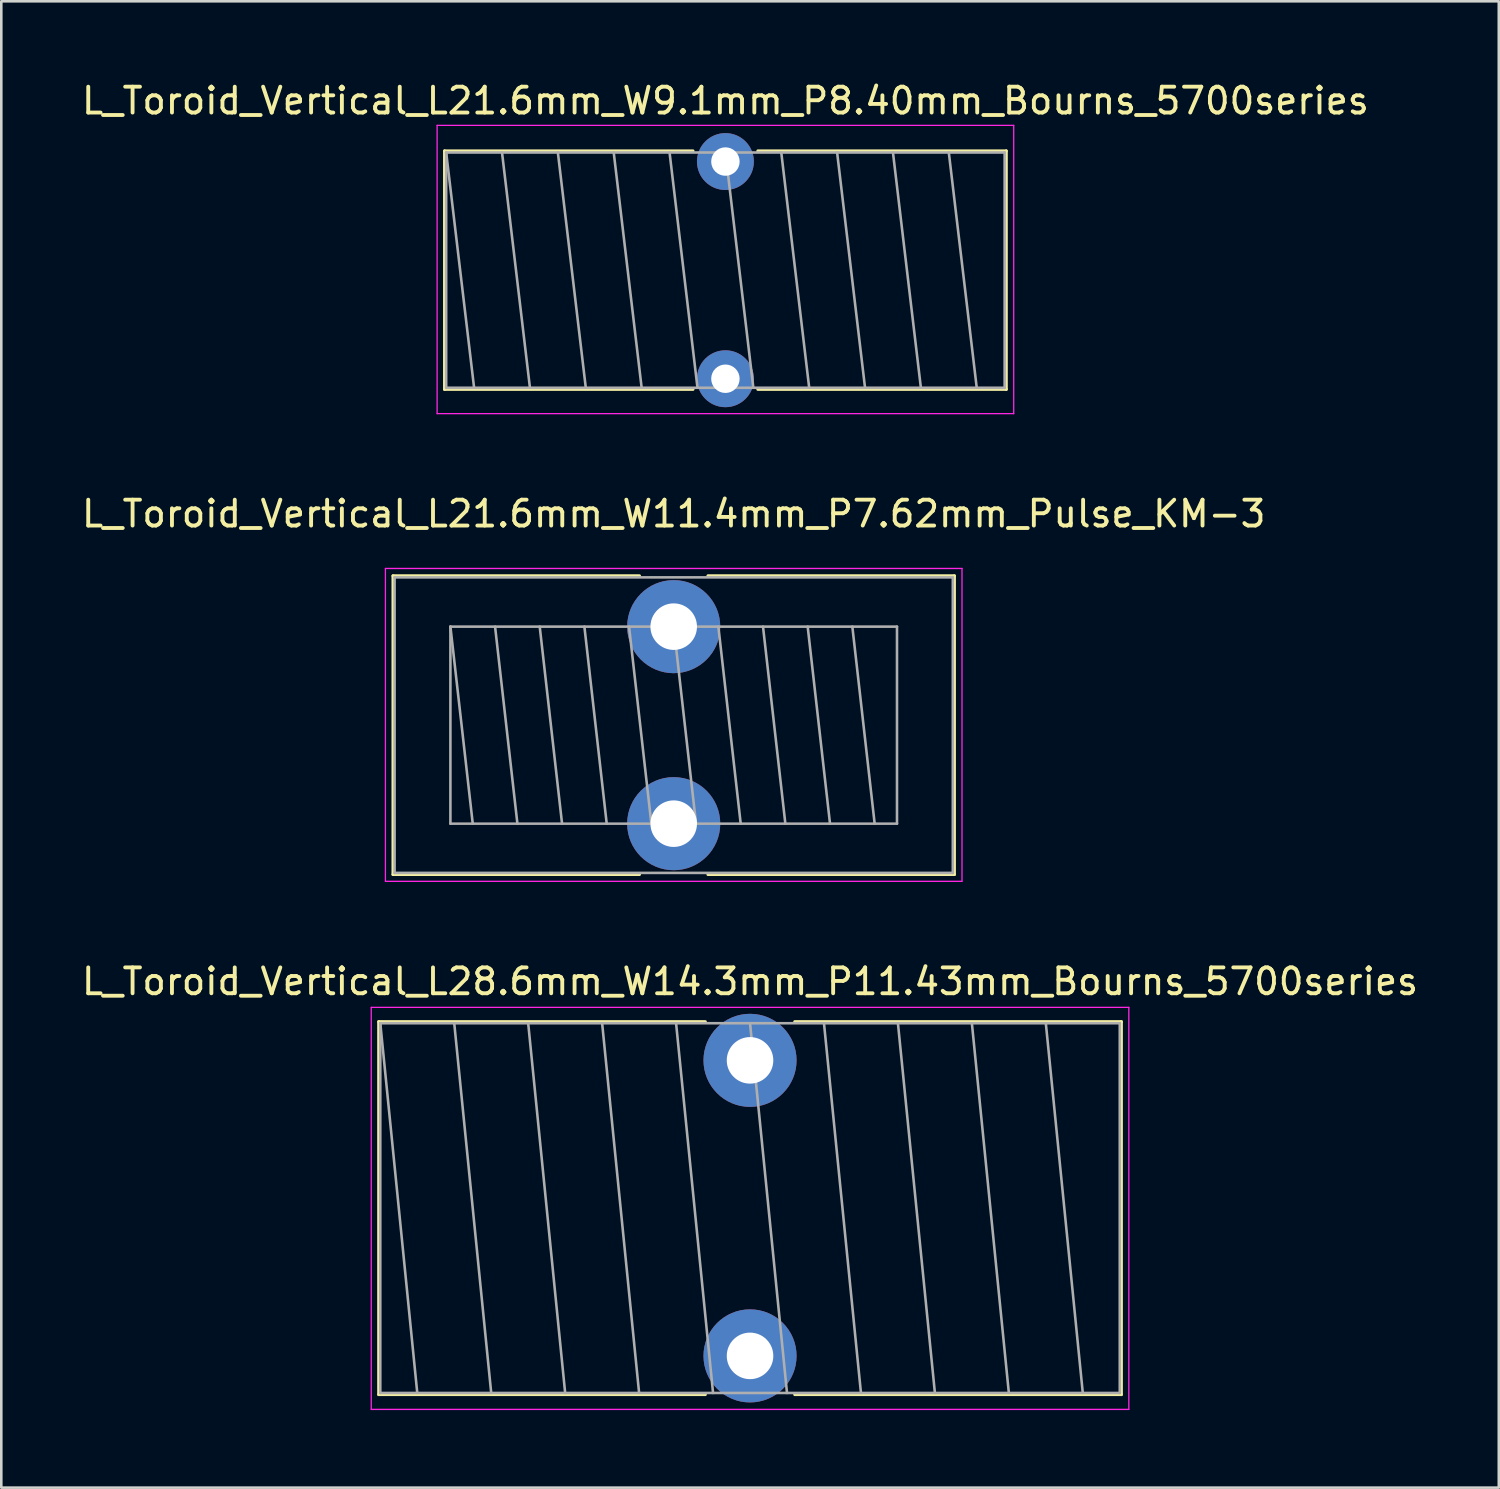
<source format=kicad_pcb>
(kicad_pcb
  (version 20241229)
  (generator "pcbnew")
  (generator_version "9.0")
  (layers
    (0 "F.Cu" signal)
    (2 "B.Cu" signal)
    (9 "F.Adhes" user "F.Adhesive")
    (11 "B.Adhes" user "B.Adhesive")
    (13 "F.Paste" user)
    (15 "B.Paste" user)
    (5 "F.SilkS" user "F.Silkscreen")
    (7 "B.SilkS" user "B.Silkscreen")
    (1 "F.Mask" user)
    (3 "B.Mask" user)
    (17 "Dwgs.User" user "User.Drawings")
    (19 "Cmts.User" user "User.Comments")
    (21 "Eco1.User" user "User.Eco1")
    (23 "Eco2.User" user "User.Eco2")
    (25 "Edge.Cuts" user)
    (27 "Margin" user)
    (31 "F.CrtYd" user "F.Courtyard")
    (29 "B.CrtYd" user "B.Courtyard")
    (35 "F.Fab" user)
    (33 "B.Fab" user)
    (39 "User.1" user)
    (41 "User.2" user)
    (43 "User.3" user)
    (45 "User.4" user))
  (footprint "L_Toroid_Vertical_L21.6mm_W11.4mm_P7.62mm_Pulse_KM-3"
    (layer "F.Cu")
    (at 23.006 21.186)
    (property "Reference" "L_Toroid_Vertical_L21.6mm_W11.4mm_P7.62mm_Pulse_KM-3" (at 0 -4.365 0) (layer "F.SilkS") (effects (font (size 1 1) (thickness 0.15))))
    (attr through_hole)
    (fp_line (start -10.855 -1.965) (end -10.855 9.585) (stroke (width 0.12) (type solid)) (layer "F.SilkS"))
    (fp_line (start -10.855 -1.965) (end -1.325 -1.965) (stroke (width 0.12) (type solid)) (layer "F.SilkS"))
    (fp_line (start -10.855 9.585) (end -1.325 9.585) (stroke (width 0.12) (type solid)) (layer "F.SilkS"))
    (fp_line (start 1.325 -1.965) (end 10.855 -1.965) (stroke (width 0.12) (type solid)) (layer "F.SilkS"))
    (fp_line (start 1.325 9.585) (end 10.855 9.585) (stroke (width 0.12) (type solid)) (layer "F.SilkS"))
    (fp_line (start 10.855 -1.965) (end 10.855 9.585) (stroke (width 0.12) (type solid)) (layer "F.SilkS"))
    (fp_line (start -11.15 -2.25) (end -11.15 9.85) (stroke (width 0.05) (type solid)) (layer "F.CrtYd"))
    (fp_line (start -11.15 9.85) (end 11.15 9.85) (stroke (width 0.05) (type solid)) (layer "F.CrtYd"))
    (fp_line (start 11.15 -2.25) (end -11.15 -2.25) (stroke (width 0.05) (type solid)) (layer "F.CrtYd"))
    (fp_line (start 11.15 9.85) (end 11.15 -2.25) (stroke (width 0.05) (type solid)) (layer "F.CrtYd"))
    (fp_line (start -10.795 -1.905) (end -10.795 9.525) (stroke (width 0.1) (type solid)) (layer "F.Fab"))
    (fp_line (start -10.795 9.525) (end 10.795 9.525) (stroke (width 0.1) (type solid)) (layer "F.Fab"))
    (fp_line (start -8.636 0) (end -8.636 7.62) (stroke (width 0.1) (type solid)) (layer "F.Fab"))
    (fp_line (start -8.636 0) (end -7.772 7.62) (stroke (width 0.1) (type solid)) (layer "F.Fab"))
    (fp_line (start -8.636 7.62) (end 8.636 7.62) (stroke (width 0.1) (type solid)) (layer "F.Fab"))
    (fp_line (start -6.909 0) (end -6.045 7.62) (stroke (width 0.1) (type solid)) (layer "F.Fab"))
    (fp_line (start -5.182 0) (end -4.318 7.62) (stroke (width 0.1) (type solid)) (layer "F.Fab"))
    (fp_line (start -3.454 0) (end -2.591 7.62) (stroke (width 0.1) (type solid)) (layer "F.Fab"))
    (fp_line (start -1.727 0) (end -0.864 7.62) (stroke (width 0.1) (type solid)) (layer "F.Fab"))
    (fp_line (start 0 0) (end 0.864 7.62) (stroke (width 0.1) (type solid)) (layer "F.Fab"))
    (fp_line (start 1.727 0) (end 2.591 7.62) (stroke (width 0.1) (type solid)) (layer "F.Fab"))
    (fp_line (start 3.454 0) (end 4.318 7.62) (stroke (width 0.1) (type solid)) (layer "F.Fab"))
    (fp_line (start 5.182 0) (end 6.045 7.62) (stroke (width 0.1) (type solid)) (layer "F.Fab"))
    (fp_line (start 6.909 0) (end 7.772 7.62) (stroke (width 0.1) (type solid)) (layer "F.Fab"))
    (fp_line (start 8.636 0) (end -8.636 0) (stroke (width 0.1) (type solid)) (layer "F.Fab"))
    (fp_line (start 8.636 7.62) (end 8.636 0) (stroke (width 0.1) (type solid)) (layer "F.Fab"))
    (fp_line (start 10.795 -1.905) (end -10.795 -1.905) (stroke (width 0.1) (type solid)) (layer "F.Fab"))
    (fp_line (start 10.795 9.525) (end 10.795 -1.905) (stroke (width 0.1) (type solid)) (layer "F.Fab"))
    (pad "1" thru_hole circle (at 0 0) (size 3.6 3.6) (drill 1.8) (layers "*.Cu" "*.Mask"))
    (pad "2" thru_hole circle (at 0 7.62) (size 3.6 3.6) (drill 1.8) (layers "*.Cu" "*.Mask")))
  (footprint "L_Toroid_Vertical_L21.6mm_W9.1mm_P8.40mm_Bourns_5700series"
    (layer "F.Cu")
    (at 25.006 3.198)
    (property "Reference" "L_Toroid_Vertical_L21.6mm_W9.1mm_P8.40mm_Bourns_5700series" (at 0 -2.35 0) (layer "F.SilkS") (effects (font (size 1 1) (thickness 0.15))))
    (attr through_hole)
    (fp_line (start -10.861 -0.41) (end -10.861 8.81) (stroke (width 0.12) (type solid)) (layer "F.SilkS"))
    (fp_line (start -10.861 -0.41) (end -1.255 -0.41) (stroke (width 0.12) (type solid)) (layer "F.SilkS"))
    (fp_line (start -10.861 8.81) (end -1.255 8.81) (stroke (width 0.12) (type solid)) (layer "F.SilkS"))
    (fp_line (start 1.255 -0.41) (end 10.861 -0.41) (stroke (width 0.12) (type solid)) (layer "F.SilkS"))
    (fp_line (start 1.255 8.81) (end 10.861 8.81) (stroke (width 0.12) (type solid)) (layer "F.SilkS"))
    (fp_line (start 10.861 -0.41) (end 10.861 8.81) (stroke (width 0.12) (type solid)) (layer "F.SilkS"))
    (fp_line (start -11.15 -1.4) (end -11.15 9.75) (stroke (width 0.05) (type solid)) (layer "F.CrtYd"))
    (fp_line (start -11.15 9.75) (end 11.15 9.75) (stroke (width 0.05) (type solid)) (layer "F.CrtYd"))
    (fp_line (start 11.15 -1.4) (end -11.15 -1.4) (stroke (width 0.05) (type solid)) (layer "F.CrtYd"))
    (fp_line (start 11.15 9.75) (end 11.15 -1.4) (stroke (width 0.05) (type solid)) (layer "F.CrtYd"))
    (fp_line (start -10.8 -0.35) (end -10.8 8.75) (stroke (width 0.1) (type solid)) (layer "F.Fab"))
    (fp_line (start -10.8 -0.35) (end -9.72 8.75) (stroke (width 0.1) (type solid)) (layer "F.Fab"))
    (fp_line (start -10.8 8.75) (end 10.8 8.75) (stroke (width 0.1) (type solid)) (layer "F.Fab"))
    (fp_line (start -8.64 -0.35) (end -7.56 8.75) (stroke (width 0.1) (type solid)) (layer "F.Fab"))
    (fp_line (start -6.48 -0.35) (end -5.4 8.75) (stroke (width 0.1) (type solid)) (layer "F.Fab"))
    (fp_line (start -4.32 -0.35) (end -3.24 8.75) (stroke (width 0.1) (type solid)) (layer "F.Fab"))
    (fp_line (start -2.16 -0.35) (end -1.08 8.75) (stroke (width 0.1) (type solid)) (layer "F.Fab"))
    (fp_line (start 0 -0.35) (end 1.08 8.75) (stroke (width 0.1) (type solid)) (layer "F.Fab"))
    (fp_line (start 2.16 -0.35) (end 3.24 8.75) (stroke (width 0.1) (type solid)) (layer "F.Fab"))
    (fp_line (start 4.32 -0.35) (end 5.4 8.75) (stroke (width 0.1) (type solid)) (layer "F.Fab"))
    (fp_line (start 6.48 -0.35) (end 7.56 8.75) (stroke (width 0.1) (type solid)) (layer "F.Fab"))
    (fp_line (start 8.64 -0.35) (end 9.72 8.75) (stroke (width 0.1) (type solid)) (layer "F.Fab"))
    (fp_line (start 10.8 -0.35) (end -10.8 -0.35) (stroke (width 0.1) (type solid)) (layer "F.Fab"))
    (fp_line (start 10.8 8.75) (end 10.8 -0.35) (stroke (width 0.1) (type solid)) (layer "F.Fab"))
    (pad "1" thru_hole circle (at 0 0) (size 2.2 2.2) (drill 1.1) (layers "*.Cu" "*.Mask"))
    (pad "2" thru_hole circle (at 0 8.4) (size 2.2 2.2) (drill 1.1) (layers "*.Cu" "*.Mask")))
  (footprint "L_Toroid_Vertical_L28.6mm_W14.3mm_P11.43mm_Bourns_5700series"
    (layer "F.Cu")
    (at 25.958 37.96)
    (property "Reference" "L_Toroid_Vertical_L28.6mm_W14.3mm_P11.43mm_Bourns_5700series" (at 0 -3.05 0) (layer "F.SilkS") (effects (font (size 1 1) (thickness 0.15))))
    (attr through_hole)
    (fp_line (start -14.36 -1.495) (end -14.36 12.925) (stroke (width 0.12) (type solid)) (layer "F.SilkS"))
    (fp_line (start -14.36 -1.495) (end -1.73 -1.495) (stroke (width 0.12) (type solid)) (layer "F.SilkS"))
    (fp_line (start -14.36 12.925) (end -1.73 12.925) (stroke (width 0.12) (type solid)) (layer "F.SilkS"))
    (fp_line (start 1.73 -1.495) (end 14.36 -1.495) (stroke (width 0.12) (type solid)) (layer "F.SilkS"))
    (fp_line (start 1.73 12.925) (end 14.36 12.925) (stroke (width 0.12) (type solid)) (layer "F.SilkS"))
    (fp_line (start 14.36 -1.495) (end 14.36 12.925) (stroke (width 0.12) (type solid)) (layer "F.SilkS"))
    (fp_line (start -14.65 -2.05) (end -14.65 13.5) (stroke (width 0.05) (type solid)) (layer "F.CrtYd"))
    (fp_line (start -14.65 13.5) (end 14.65 13.5) (stroke (width 0.05) (type solid)) (layer "F.CrtYd"))
    (fp_line (start 14.65 -2.05) (end -14.65 -2.05) (stroke (width 0.05) (type solid)) (layer "F.CrtYd"))
    (fp_line (start 14.65 13.5) (end 14.65 -2.05) (stroke (width 0.05) (type solid)) (layer "F.CrtYd"))
    (fp_line (start -14.3 -1.435) (end -14.3 12.865) (stroke (width 0.1) (type solid)) (layer "F.Fab"))
    (fp_line (start -14.3 -1.435) (end -12.87 12.865) (stroke (width 0.1) (type solid)) (layer "F.Fab"))
    (fp_line (start -14.3 12.865) (end 14.3 12.865) (stroke (width 0.1) (type solid)) (layer "F.Fab"))
    (fp_line (start -11.44 -1.435) (end -10.01 12.865) (stroke (width 0.1) (type solid)) (layer "F.Fab"))
    (fp_line (start -8.58 -1.435) (end -7.15 12.865) (stroke (width 0.1) (type solid)) (layer "F.Fab"))
    (fp_line (start -5.72 -1.435) (end -4.29 12.865) (stroke (width 0.1) (type solid)) (layer "F.Fab"))
    (fp_line (start -2.86 -1.435) (end -1.43 12.865) (stroke (width 0.1) (type solid)) (layer "F.Fab"))
    (fp_line (start 0 -1.435) (end 1.43 12.865) (stroke (width 0.1) (type solid)) (layer "F.Fab"))
    (fp_line (start 2.86 -1.435) (end 4.29 12.865) (stroke (width 0.1) (type solid)) (layer "F.Fab"))
    (fp_line (start 5.72 -1.435) (end 7.15 12.865) (stroke (width 0.1) (type solid)) (layer "F.Fab"))
    (fp_line (start 8.58 -1.435) (end 10.01 12.865) (stroke (width 0.1) (type solid)) (layer "F.Fab"))
    (fp_line (start 11.44 -1.435) (end 12.87 12.865) (stroke (width 0.1) (type solid)) (layer "F.Fab"))
    (fp_line (start 14.3 -1.435) (end -14.3 -1.435) (stroke (width 0.1) (type solid)) (layer "F.Fab"))
    (fp_line (start 14.3 12.865) (end 14.3 -1.435) (stroke (width 0.1) (type solid)) (layer "F.Fab"))
    (pad "1" thru_hole circle (at 0 0) (size 3.6 3.6) (drill 1.8) (layers "*.Cu" "*.Mask"))
    (pad "2" thru_hole circle (at 0 11.43) (size 3.6 3.6) (drill 1.8) (layers "*.Cu" "*.Mask")))
  (gr_rect
    (start -3 -3)
    (end 54.917 54.485)
    (stroke (width 0.1) (type default))
    (fill no)
    (layer "Edge.Cuts")))
</source>
